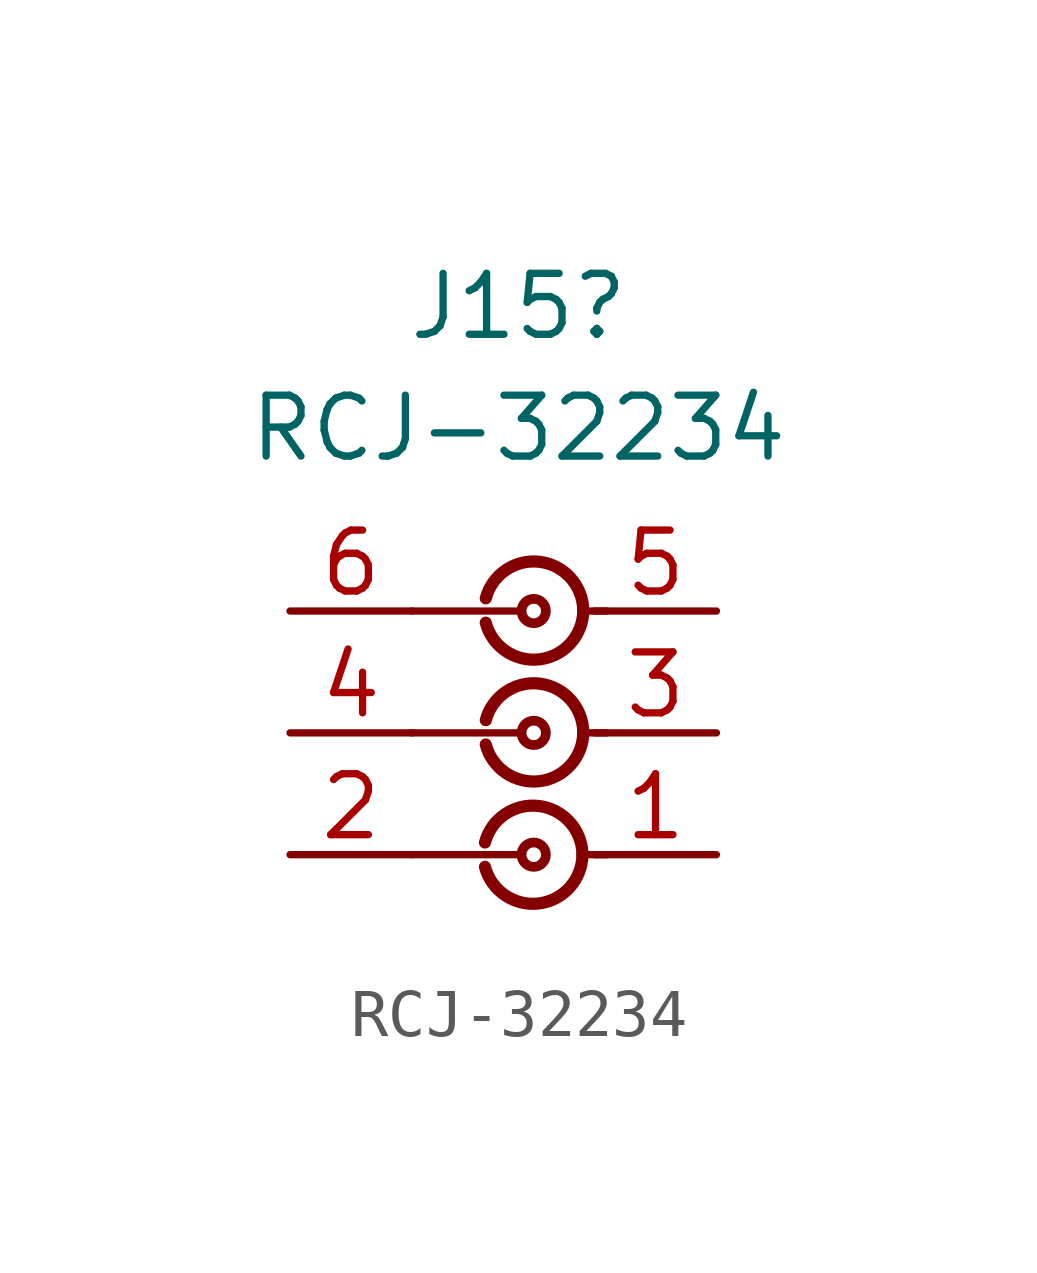
<source format=kicad_sym>
(kicad_symbol_lib
  (version 20241209)
  (generator "kicad_symbol_editor")
  (generator_version "9.0")
  (symbol "RCJ-32234"
    (pin_names
      (offset 1.016)
      (hide yes))
    (property "Reference" "J15"
      (at -0.317 8.89 0)
      (effects (font (size 1.27 1.27))))
    (property "Value" "RCJ-32234"
      (at -0.317 6.35 0)
      (effects (font (size 1.27 1.27))))
    (symbol "RCJ-32234_0_1"
      (polyline (pts (xy -2.54 2.54) (xy -0.254 2.54)) (stroke (width 0) (type default)) (fill (type none)))
      (polyline (pts (xy -2.54 0) (xy -0.254 0)) (stroke (width 0) (type default)) (fill (type none)))
      (polyline (pts (xy -2.54 -2.54) (xy -0.254 -2.54)) (stroke (width 0) (type default)) (fill (type none)))
      (arc (start -1.016 -2.286) (mid 0.111 -1.5255) (end 1.016 -2.54) (stroke (width 0.254) (type default)) (fill (type none)))
      (arc (start 1.016 -2.54) (mid 0.1111 -3.5564) (end -1.016 -2.794) (stroke (width 0.254) (type default)) (fill (type none)))
      (arc (start -0.9988 2.8049) (mid 0.1282 3.5654) (end 1.0332 2.5509) (stroke (width 0.254) (type default)) (fill (type none)))
      (circle (center 0 2.54) (radius 0.254) (stroke (width 0.203) (type default)) (fill (type none)))
      (arc (start -0.9988 0.2649) (mid 0.1282 1.0254) (end 1.0332 0.0109) (stroke (width 0.254) (type default)) (fill (type none)))
      (circle (center 0 0) (radius 0.254) (stroke (width 0.203) (type default)) (fill (type none)))
      (circle (center 0 -2.54) (radius 0.254) (stroke (width 0.203) (type default)) (fill (type none)))
      (arc (start 1.0332 2.5509) (mid 0.1283 1.5345) (end -0.9988 2.2969) (stroke (width 0.254) (type default)) (fill (type none)))
      (arc (start 1.0332 0.0109) (mid 0.1283 -1.0055) (end -0.9988 -0.2431) (stroke (width 0.254) (type default)) (fill (type none)))
      (polyline (pts (xy 1.016 2.54) (xy 1.524 2.54)) (stroke (width 0) (type default)) (fill (type none)))
      (polyline (pts (xy 1.016 0) (xy 1.524 0)) (stroke (width 0) (type default)) (fill (type none)))
      (polyline (pts (xy 1.016 -2.54) (xy 1.524 -2.54)) (stroke (width 0) (type default)) (fill (type none))))
    (symbol "RCJ-32234_1_1"
      (pin passive line (at -5.08 2.54 0) (length 2.54) (name "6" (effects (font (size 1.27 1.27)))) (number "6" (effects (font (size 1.27 1.27)))))
      (pin passive line (at -5.08 0 0) (length 2.54) (name "4" (effects (font (size 1.27 1.27)))) (number "4" (effects (font (size 1.27 1.27)))))
      (pin passive line (at -5.08 -2.54 0) (length 2.54) (name "2" (effects (font (size 1.27 1.27)))) (number "2" (effects (font (size 1.27 1.27)))))
      (pin passive line (at 3.81 2.54 180) (length 2.54) (name "5" (effects (font (size 1.27 1.27)))) (number "5" (effects (font (size 1.27 1.27)))))
      (pin passive line (at 3.81 0 180) (length 2.54) (name "3" (effects (font (size 1.27 1.27)))) (number "3" (effects (font (size 1.27 1.27)))))
      (pin passive line (at 3.81 -2.54 180) (length 2.54) (name "1" (effects (font (size 1.27 1.27)))) (number "1" (effects (font (size 1.27 1.27))))))))
</source>
